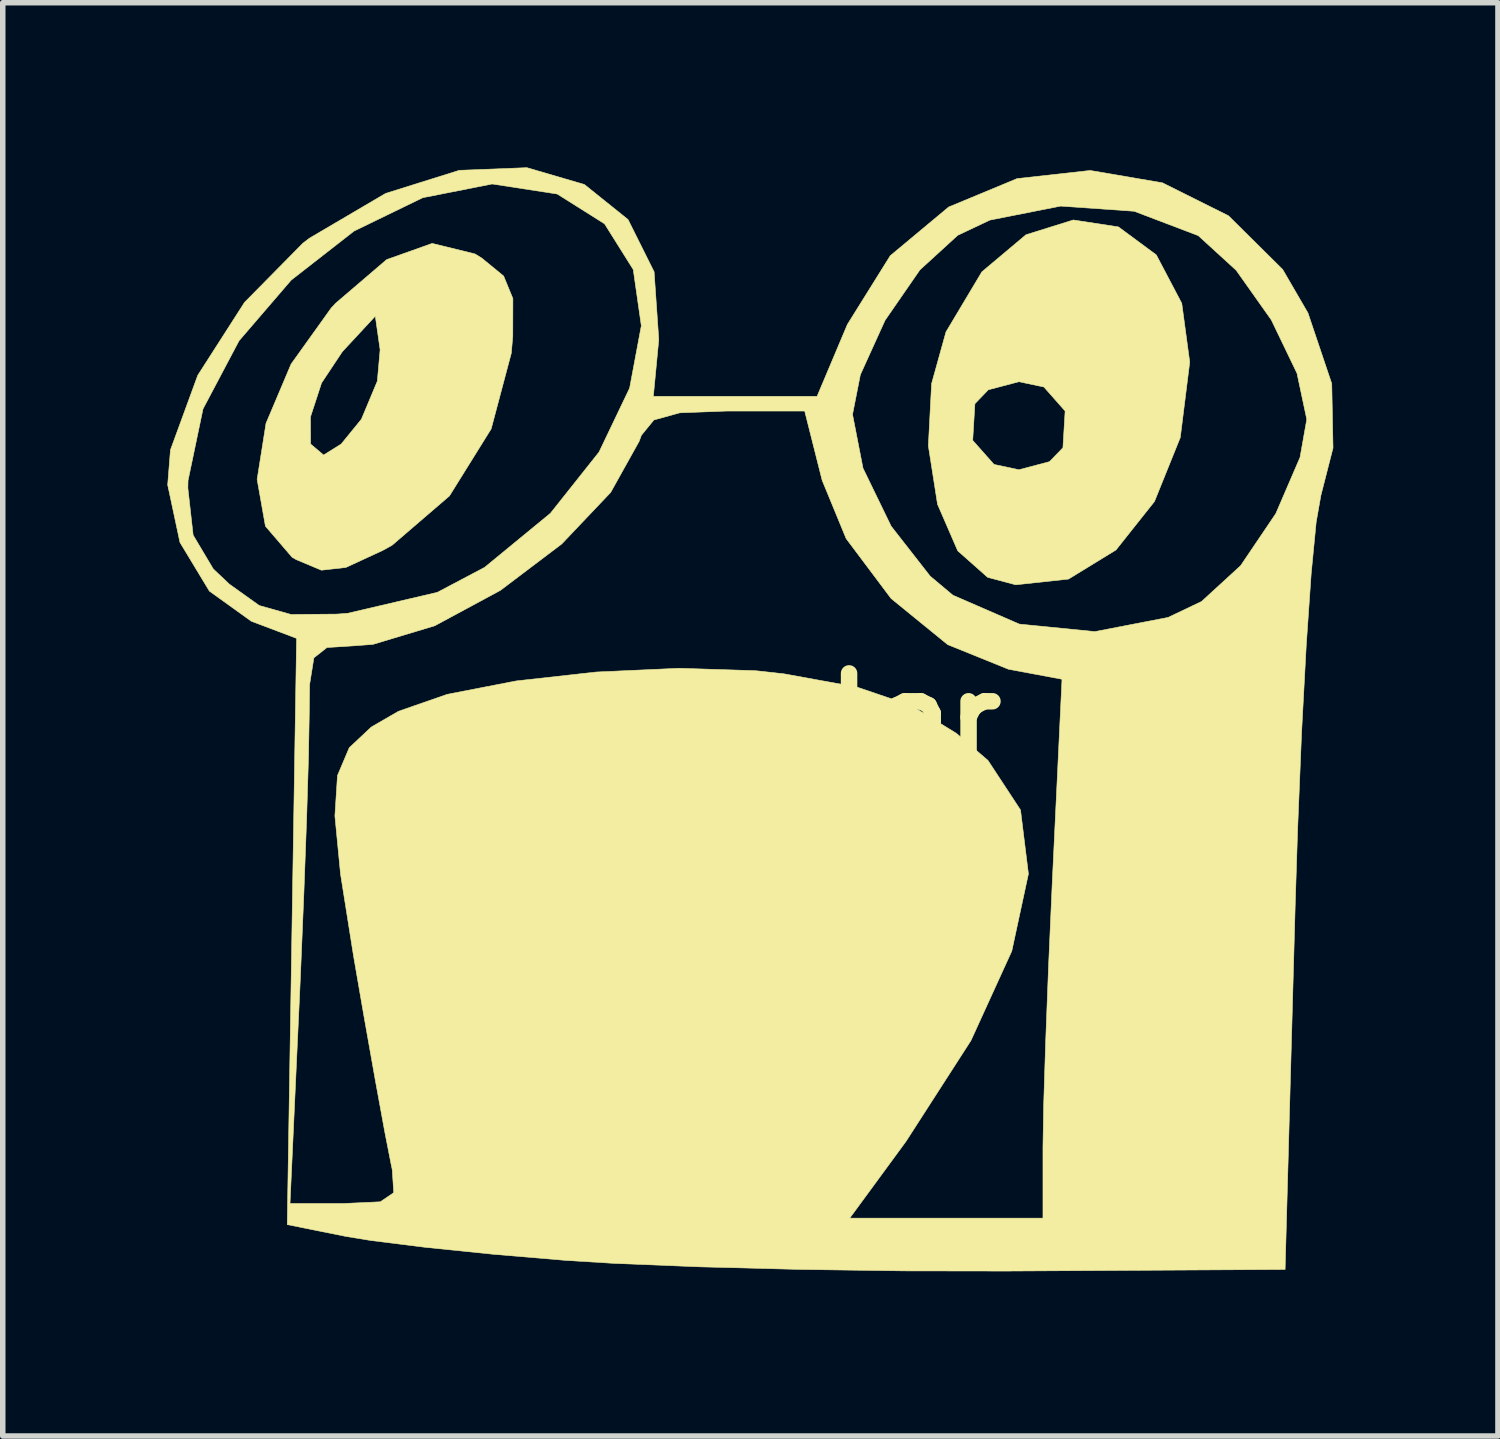
<source format=kicad_pcb>
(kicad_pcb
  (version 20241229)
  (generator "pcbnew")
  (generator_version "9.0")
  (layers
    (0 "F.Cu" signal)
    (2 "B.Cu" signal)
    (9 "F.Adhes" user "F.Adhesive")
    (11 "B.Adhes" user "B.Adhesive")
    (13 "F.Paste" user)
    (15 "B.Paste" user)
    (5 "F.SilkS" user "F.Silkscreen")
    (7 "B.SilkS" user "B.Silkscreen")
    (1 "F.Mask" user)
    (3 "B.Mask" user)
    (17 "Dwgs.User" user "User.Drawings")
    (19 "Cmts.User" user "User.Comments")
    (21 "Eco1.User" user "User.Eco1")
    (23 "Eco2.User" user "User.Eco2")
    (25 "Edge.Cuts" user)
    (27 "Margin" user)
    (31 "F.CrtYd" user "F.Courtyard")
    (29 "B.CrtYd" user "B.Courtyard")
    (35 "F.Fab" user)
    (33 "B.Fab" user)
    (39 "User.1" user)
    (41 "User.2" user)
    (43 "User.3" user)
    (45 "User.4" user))
  (footprint "monster"
    (layer "F.Cu")
    (at 10.606 10.054)
    (property "Reference" "monster" (at 0 0 0) (layer "F.SilkS") (effects (font (size 1.524 1.524) (thickness 0.3))))
    (attr through_hole)
    (fp_poly (pts (xy 6.722 -8.97) (xy 7.412 -8.46) (xy 7.876 -7.578) (xy 8.021 -6.506) (xy 7.849 -5.132) (xy 7.379 -3.967) (xy 6.677 -3.083) (xy 5.812 -2.553) (xy 4.851 -2.449) (xy 4.339 -2.585) (xy 3.794 -3.068) (xy 3.426 -3.916) (xy 3.259 -4.981) (xy 3.264 -5.08) (xy 4.067 -5.08) (xy 4.455 -4.642) (xy 4.909 -4.545) (xy 5.467 -4.693) (xy 5.711 -4.946) (xy 5.751 -5.615) (xy 5.364 -6.053) (xy 4.909 -6.149) (xy 4.351 -6.002) (xy 4.107 -5.748) (xy 4.067 -5.08) (xy 3.264 -5.08) (xy 3.318 -6.114) (xy 3.58 -7.056) (xy 4.234 -8.151) (xy 5.038 -8.827) (xy 5.899 -9.096) (xy 6.722 -8.97)) (stroke (width 0.01) (type solid)) (fill yes) (layer "F.SilkS"))
    (fp_poly (pts (xy -5.003 -8.478) (xy -4.879 -8.402) (xy -4.48 -8.075) (xy -4.311 -7.664) (xy -4.313 -6.98) (xy -4.34 -6.669) (xy -4.707 -5.289) (xy -5.467 -4.068) (xy -6.513 -3.169) (xy -6.685 -3.074) (xy -7.354 -2.765) (xy -7.8 -2.715) (xy -8.258 -2.907) (xy -8.334 -2.951) (xy -8.82 -3.517) (xy -8.971 -4.369) (xy -8.809 -5.392) (xy -8.759 -5.509) (xy -7.999 -5.509) (xy -7.997 -5.014) (xy -7.76 -4.813) (xy -7.439 -5.014) (xy -7.071 -5.466) (xy -6.781 -6.159) (xy -6.73 -6.731) (xy -6.818 -7.344) (xy -7.419 -6.696) (xy -7.797 -6.127) (xy -7.999 -5.509) (xy -8.759 -5.509) (xy -8.352 -6.471) (xy -7.621 -7.492) (xy -7.539 -7.58) (xy -6.611 -8.374) (xy -5.782 -8.669) (xy -5.003 -8.478)) (stroke (width 0.01) (type solid)) (fill yes) (layer "F.SilkS"))
    (fp_poly (pts (xy -3.009 -9.743) (xy -2.213 -9.104) (xy -1.738 -8.152) (xy -1.653 -6.917) (xy -1.752 -5.882) (xy 1.231 -5.882) (xy 1.784 -7.193) (xy 2.565 -8.445) (xy 3.629 -9.332) (xy 4.876 -9.85) (xy 6.208 -9.998) (xy 7.524 -9.773) (xy 8.727 -9.173) (xy 9.715 -8.194) (xy 10.175 -7.402) (xy 10.609 -6.113) (xy 10.632 -4.942) (xy 10.411 -4.078) (xy 10.325 -3.59) (xy 10.234 -2.651) (xy 10.144 -1.345) (xy 10.059 0.244) (xy 9.986 2.031) (xy 9.943 3.381) (xy 9.759 10.026) (xy 4.679 10.055) (xy 2.823 10.052) (xy 0.908 10.025) (xy -0.907 9.978) (xy -2.464 9.915) (xy -3.342 9.861) (xy -4.668 9.749) (xy -5.909 9.622) (xy -6.899 9.498) (xy -7.353 9.424) (xy -8.422 9.209) (xy -8.416 8.823) (xy -8.372 8.823) (xy -7.373 8.823) (xy -6.726 8.793) (xy -6.482 8.627) (xy -6.509 8.209) (xy -6.534 8.088) (xy -6.643 7.532) (xy -6.816 6.588) (xy -7.027 5.398) (xy -7.215 4.31) (xy -7.451 2.824) (xy -7.554 1.762) (xy -7.507 1.026) (xy -7.292 0.519) (xy -6.89 0.142) (xy -6.396 -0.144) (xy -5.509 -0.453) (xy -4.252 -0.697) (xy -2.788 -0.86) (xy -1.281 -0.928) (xy 0.108 -0.884) (xy 0.626 -0.827) (xy 1.958 -0.585) (xy 2.944 -0.25) (xy 3.77 0.258) (xy 4.345 0.751) (xy 4.938 1.654) (xy 5.082 2.818) (xy 4.779 4.225) (xy 4.035 5.855) (xy 2.854 7.689) (xy 2.77 7.804) (xy 1.826 9.091) (xy 5.347 9.091) (xy 5.347 7.796) (xy 5.36 7.033) (xy 5.396 5.886) (xy 5.449 4.503) (xy 5.514 3.035) (xy 5.521 2.887) (xy 5.694 -0.728) (xy 4.717 -0.911) (xy 3.611 -1.359) (xy 2.58 -2.199) (xy 1.761 -3.291) (xy 1.324 -4.352) (xy 1.021 -5.553) (xy 1.877 -5.553) (xy 2.068 -4.573) (xy 2.581 -3.516) (xy 3.292 -2.606) (xy 3.706 -2.259) (xy 4.916 -1.733) (xy 6.291 -1.596) (xy 7.626 -1.854) (xy 8.237 -2.145) (xy 8.949 -2.798) (xy 9.59 -3.747) (xy 10.031 -4.77) (xy 10.154 -5.463) (xy 9.976 -6.302) (xy 9.507 -7.276) (xy 8.868 -8.179) (xy 8.181 -8.807) (xy 8.171 -8.813) (xy 7.009 -9.255) (xy 5.669 -9.349) (xy 4.38 -9.094) (xy 3.794 -8.817) (xy 3.105 -8.187) (xy 2.47 -7.268) (xy 2.02 -6.277) (xy 1.877 -5.553) (xy 1.021 -5.553) (xy 1.006 -5.615) (xy -0.415 -5.615) (xy -1.272 -5.582) (xy -1.742 -5.452) (xy -1.97 -5.173) (xy -2.011 -5.062) (xy -2.529 -4.133) (xy -3.421 -3.193) (xy -4.539 -2.347) (xy -5.735 -1.702) (xy -6.862 -1.363) (xy -7.21 -1.337) (xy -7.699 -1.306) (xy -7.937 -1.118) (xy -8.015 -0.632) (xy -8.022 -0.067) (xy -8.035 0.673) (xy -8.069 1.805) (xy -8.12 3.188) (xy -8.182 4.68) (xy -8.197 5.013) (xy -8.372 8.823) (xy -8.416 8.823) (xy -8.252 -1.473) (xy -9.077 -1.785) (xy -9.841 -2.334) (xy -10.377 -3.221) (xy -10.588 -4.21) (xy -10.233 -4.21) (xy -10.137 -3.354) (xy -9.771 -2.739) (xy -9.479 -2.462) (xy -8.932 -2.071) (xy -8.352 -1.908) (xy -7.514 -1.915) (xy -7.32 -1.93) (xy -5.689 -2.311) (xy -4.827 -2.766) (xy -3.627 -3.752) (xy -2.741 -4.868) (xy -2.184 -6.033) (xy -1.971 -7.169) (xy -2.118 -8.193) (xy -2.641 -9.026) (xy -3.503 -9.569) (xy -4.688 -9.752) (xy -5.953 -9.502) (xy -7.205 -8.894) (xy -8.351 -8) (xy -9.3 -6.896) (xy -9.957 -5.654) (xy -10.23 -4.349) (xy -10.233 -4.21) (xy -10.588 -4.21) (xy -10.601 -4.269) (xy -10.55 -4.907) (xy -10.053 -6.265) (xy -9.201 -7.594) (xy -8.137 -8.673) (xy -8.016 -8.765) (xy -6.63 -9.58) (xy -5.287 -10.001) (xy -4.056 -10.049) (xy -3.009 -9.743)) (stroke (width 0.01) (type solid)) (fill yes) (layer "F.SilkS")))
  (gr_rect
    (start -3 -3)
    (end 24.243 23.114)
    (stroke (width 0.1) (type default))
    (fill no)
    (layer "Edge.Cuts")))
</source>
